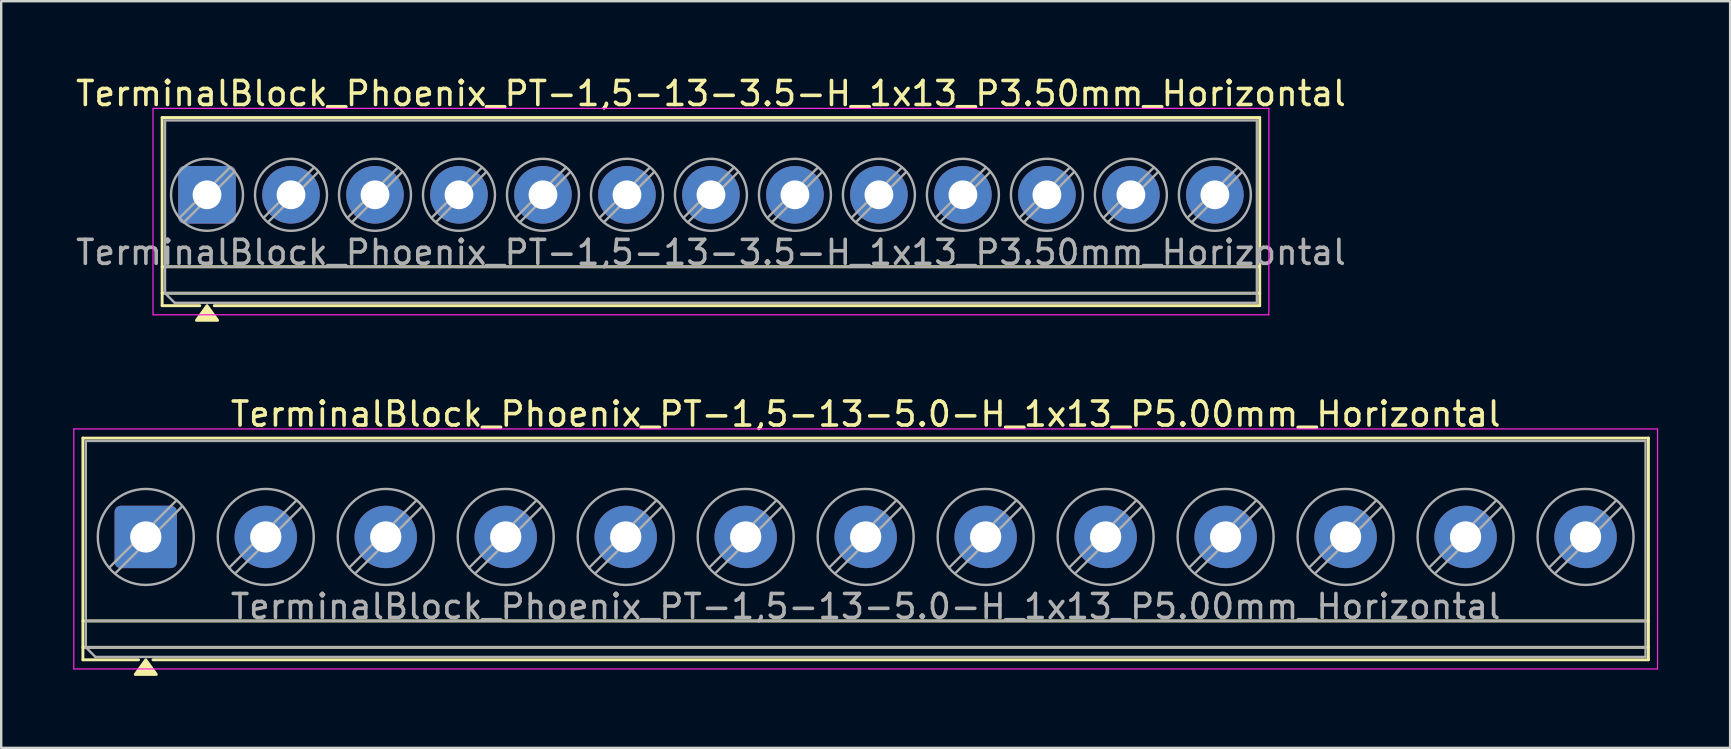
<source format=kicad_pcb>
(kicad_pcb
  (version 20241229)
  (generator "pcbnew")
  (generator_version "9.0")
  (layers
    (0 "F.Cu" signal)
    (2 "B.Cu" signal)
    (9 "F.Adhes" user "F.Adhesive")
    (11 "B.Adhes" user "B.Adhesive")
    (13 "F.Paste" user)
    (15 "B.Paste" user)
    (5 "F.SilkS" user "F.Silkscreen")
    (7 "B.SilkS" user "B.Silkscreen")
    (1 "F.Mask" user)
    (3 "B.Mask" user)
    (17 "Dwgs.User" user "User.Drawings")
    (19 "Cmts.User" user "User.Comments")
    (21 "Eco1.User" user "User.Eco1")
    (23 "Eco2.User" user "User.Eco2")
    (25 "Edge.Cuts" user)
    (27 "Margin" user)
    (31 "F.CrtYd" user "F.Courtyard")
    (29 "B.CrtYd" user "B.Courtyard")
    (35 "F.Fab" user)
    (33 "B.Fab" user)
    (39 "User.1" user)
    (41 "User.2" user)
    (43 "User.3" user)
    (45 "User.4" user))
  (footprint "TerminalBlock_Phoenix_PT-1,5-13-3.5-H_1x13_P3.50mm_Horizontal"
    (layer "F.Cu")
    (at 5.577 5.068)
    (property "Reference" "TerminalBlock_Phoenix_PT-1,5-13-3.5-H_1x13_P3.50mm_Horizontal" (at 21 -4.22 0) (layer "F.SilkS") (effects (font (size 1 1) (thickness 0.15))))
    (attr through_hole)
    (fp_line (start -1.87 -3.22) (end -1.87 4.62) (stroke (width 0.12) (type solid)) (layer "F.SilkS"))
    (fp_line (start -1.87 -3.22) (end 43.87 -3.22) (stroke (width 0.12) (type solid)) (layer "F.SilkS"))
    (fp_line (start -1.87 3) (end 43.87 3) (stroke (width 0.12) (type solid)) (layer "F.SilkS"))
    (fp_line (start -1.87 4.1) (end 43.87 4.1) (stroke (width 0.12) (type solid)) (layer "F.SilkS"))
    (fp_line (start -1.87 4.62) (end -0.3 4.62) (stroke (width 0.12) (type solid)) (layer "F.SilkS"))
    (fp_line (start 0.3 4.62) (end 43.87 4.62) (stroke (width 0.12) (type solid)) (layer "F.SilkS"))
    (fp_line (start 43.87 -3.22) (end 43.87 4.62) (stroke (width 0.12) (type solid)) (layer "F.SilkS"))
    (fp_poly (pts (xy 0 4.62) (xy 0.44 5.23) (xy -0.44 5.23)) (stroke (width 0.12) (type solid)) (fill yes) (layer "F.SilkS"))
    (fp_line (start -2.25 -3.6) (end -2.25 5) (stroke (width 0.05) (type solid)) (layer "F.CrtYd"))
    (fp_line (start -2.25 5) (end 44.25 5) (stroke (width 0.05) (type solid)) (layer "F.CrtYd"))
    (fp_line (start 44.25 -3.6) (end -2.25 -3.6) (stroke (width 0.05) (type solid)) (layer "F.CrtYd"))
    (fp_line (start 44.25 5) (end 44.25 -3.6) (stroke (width 0.05) (type solid)) (layer "F.CrtYd"))
    (fp_line (start -1.75 -3.1) (end 43.75 -3.1) (stroke (width 0.1) (type solid)) (layer "F.Fab"))
    (fp_line (start -1.75 3) (end 43.75 3) (stroke (width 0.1) (type solid)) (layer "F.Fab"))
    (fp_line (start -1.75 4.1) (end -1.75 -3.1) (stroke (width 0.1) (type solid)) (layer "F.Fab"))
    (fp_line (start -1.75 4.1) (end 43.75 4.1) (stroke (width 0.1) (type solid)) (layer "F.Fab"))
    (fp_line (start -1.35 4.5) (end -1.75 4.1) (stroke (width 0.1) (type solid)) (layer "F.Fab"))
    (fp_line (start 0.955 -1.138) (end -1.138 0.954) (stroke (width 0.1) (type solid)) (layer "F.Fab"))
    (fp_line (start 1.138 -0.954) (end -0.955 1.137) (stroke (width 0.1) (type solid)) (layer "F.Fab"))
    (fp_line (start 4.455 -1.138) (end 2.362 0.954) (stroke (width 0.1) (type solid)) (layer "F.Fab"))
    (fp_line (start 4.638 -0.954) (end 2.545 1.137) (stroke (width 0.1) (type solid)) (layer "F.Fab"))
    (fp_line (start 7.955 -1.138) (end 5.862 0.954) (stroke (width 0.1) (type solid)) (layer "F.Fab"))
    (fp_line (start 8.138 -0.954) (end 6.045 1.137) (stroke (width 0.1) (type solid)) (layer "F.Fab"))
    (fp_line (start 11.455 -1.138) (end 9.362 0.954) (stroke (width 0.1) (type solid)) (layer "F.Fab"))
    (fp_line (start 11.638 -0.954) (end 9.545 1.137) (stroke (width 0.1) (type solid)) (layer "F.Fab"))
    (fp_line (start 14.955 -1.138) (end 12.862 0.954) (stroke (width 0.1) (type solid)) (layer "F.Fab"))
    (fp_line (start 15.138 -0.954) (end 13.045 1.137) (stroke (width 0.1) (type solid)) (layer "F.Fab"))
    (fp_line (start 18.455 -1.138) (end 16.362 0.954) (stroke (width 0.1) (type solid)) (layer "F.Fab"))
    (fp_line (start 18.638 -0.954) (end 16.545 1.137) (stroke (width 0.1) (type solid)) (layer "F.Fab"))
    (fp_line (start 21.955 -1.138) (end 19.862 0.954) (stroke (width 0.1) (type solid)) (layer "F.Fab"))
    (fp_line (start 22.138 -0.954) (end 20.045 1.137) (stroke (width 0.1) (type solid)) (layer "F.Fab"))
    (fp_line (start 25.455 -1.138) (end 23.362 0.954) (stroke (width 0.1) (type solid)) (layer "F.Fab"))
    (fp_line (start 25.638 -0.954) (end 23.545 1.137) (stroke (width 0.1) (type solid)) (layer "F.Fab"))
    (fp_line (start 28.955 -1.138) (end 26.862 0.954) (stroke (width 0.1) (type solid)) (layer "F.Fab"))
    (fp_line (start 29.138 -0.954) (end 27.045 1.137) (stroke (width 0.1) (type solid)) (layer "F.Fab"))
    (fp_line (start 32.455 -1.138) (end 30.362 0.954) (stroke (width 0.1) (type solid)) (layer "F.Fab"))
    (fp_line (start 32.638 -0.954) (end 30.545 1.137) (stroke (width 0.1) (type solid)) (layer "F.Fab"))
    (fp_line (start 35.955 -1.138) (end 33.862 0.954) (stroke (width 0.1) (type solid)) (layer "F.Fab"))
    (fp_line (start 36.138 -0.954) (end 34.045 1.137) (stroke (width 0.1) (type solid)) (layer "F.Fab"))
    (fp_line (start 39.455 -1.138) (end 37.362 0.954) (stroke (width 0.1) (type solid)) (layer "F.Fab"))
    (fp_line (start 39.638 -0.954) (end 37.545 1.137) (stroke (width 0.1) (type solid)) (layer "F.Fab"))
    (fp_line (start 42.955 -1.138) (end 40.862 0.954) (stroke (width 0.1) (type solid)) (layer "F.Fab"))
    (fp_line (start 43.138 -0.954) (end 41.045 1.137) (stroke (width 0.1) (type solid)) (layer "F.Fab"))
    (fp_line (start 43.75 -3.1) (end 43.75 4.5) (stroke (width 0.1) (type solid)) (layer "F.Fab"))
    (fp_line (start 43.75 4.5) (end -1.35 4.5) (stroke (width 0.1) (type solid)) (layer "F.Fab"))
    (fp_circle (center 0 0) (end 1.5 0) (stroke (width 0.1) (type solid)) (fill no) (layer "F.Fab"))
    (fp_circle (center 3.5 0) (end 5 0) (stroke (width 0.1) (type solid)) (fill no) (layer "F.Fab"))
    (fp_circle (center 7 0) (end 8.5 0) (stroke (width 0.1) (type solid)) (fill no) (layer "F.Fab"))
    (fp_circle (center 10.5 0) (end 12 0) (stroke (width 0.1) (type solid)) (fill no) (layer "F.Fab"))
    (fp_circle (center 14 0) (end 15.5 0) (stroke (width 0.1) (type solid)) (fill no) (layer "F.Fab"))
    (fp_circle (center 17.5 0) (end 19 0) (stroke (width 0.1) (type solid)) (fill no) (layer "F.Fab"))
    (fp_circle (center 21 0) (end 22.5 0) (stroke (width 0.1) (type solid)) (fill no) (layer "F.Fab"))
    (fp_circle (center 24.5 0) (end 26 0) (stroke (width 0.1) (type solid)) (fill no) (layer "F.Fab"))
    (fp_circle (center 28 0) (end 29.5 0) (stroke (width 0.1) (type solid)) (fill no) (layer "F.Fab"))
    (fp_circle (center 31.5 0) (end 33 0) (stroke (width 0.1) (type solid)) (fill no) (layer "F.Fab"))
    (fp_circle (center 35 0) (end 36.5 0) (stroke (width 0.1) (type solid)) (fill no) (layer "F.Fab"))
    (fp_circle (center 38.5 0) (end 40 0) (stroke (width 0.1) (type solid)) (fill no) (layer "F.Fab"))
    (fp_circle (center 42 0) (end 43.5 0) (stroke (width 0.1) (type solid)) (fill no) (layer "F.Fab"))
    (fp_text user "${REFERENCE}" (at 21 2.4 0) (layer "F.Fab") (effects (font (size 1 1) (thickness 0.15))))
    (pad "1" thru_hole roundrect (at 0 0) (size 2.4 2.4) (drill 1.2) (layers "*.Cu" "*.Mask") (roundrect_rratio 0.104))
    (pad "2" thru_hole circle (at 3.5 0) (size 2.4 2.4) (drill 1.2) (layers "*.Cu" "*.Mask"))
    (pad "3" thru_hole circle (at 7 0) (size 2.4 2.4) (drill 1.2) (layers "*.Cu" "*.Mask"))
    (pad "4" thru_hole circle (at 10.5 0) (size 2.4 2.4) (drill 1.2) (layers "*.Cu" "*.Mask"))
    (pad "5" thru_hole circle (at 14 0) (size 2.4 2.4) (drill 1.2) (layers "*.Cu" "*.Mask"))
    (pad "6" thru_hole circle (at 17.5 0) (size 2.4 2.4) (drill 1.2) (layers "*.Cu" "*.Mask"))
    (pad "7" thru_hole circle (at 21 0) (size 2.4 2.4) (drill 1.2) (layers "*.Cu" "*.Mask"))
    (pad "8" thru_hole circle (at 24.5 0) (size 2.4 2.4) (drill 1.2) (layers "*.Cu" "*.Mask"))
    (pad "9" thru_hole circle (at 28 0) (size 2.4 2.4) (drill 1.2) (layers "*.Cu" "*.Mask"))
    (pad "10" thru_hole circle (at 31.5 0) (size 2.4 2.4) (drill 1.2) (layers "*.Cu" "*.Mask"))
    (pad "11" thru_hole circle (at 35 0) (size 2.4 2.4) (drill 1.2) (layers "*.Cu" "*.Mask"))
    (pad "12" thru_hole circle (at 38.5 0) (size 2.4 2.4) (drill 1.2) (layers "*.Cu" "*.Mask"))
    (pad "13" thru_hole circle (at 42 0) (size 2.4 2.4) (drill 1.2) (layers "*.Cu" "*.Mask")))
  (footprint "TerminalBlock_Phoenix_PT-1,5-13-5.0-H_1x13_P5.00mm_Horizontal"
    (layer "F.Cu")
    (at 3.025 19.326)
    (property "Reference" "TerminalBlock_Phoenix_PT-1,5-13-5.0-H_1x13_P5.00mm_Horizontal" (at 30 -5.12 0) (layer "F.SilkS") (effects (font (size 1 1) (thickness 0.15))))
    (attr through_hole)
    (fp_line (start -2.62 -4.12) (end -2.62 5.12) (stroke (width 0.12) (type solid)) (layer "F.SilkS"))
    (fp_line (start -2.62 -4.12) (end 62.62 -4.12) (stroke (width 0.12) (type solid)) (layer "F.SilkS"))
    (fp_line (start -2.62 3.5) (end 62.62 3.5) (stroke (width 0.12) (type solid)) (layer "F.SilkS"))
    (fp_line (start -2.62 4.6) (end 62.62 4.6) (stroke (width 0.12) (type solid)) (layer "F.SilkS"))
    (fp_line (start -2.62 5.12) (end -0.3 5.12) (stroke (width 0.12) (type solid)) (layer "F.SilkS"))
    (fp_line (start 0.3 5.12) (end 62.62 5.12) (stroke (width 0.12) (type solid)) (layer "F.SilkS"))
    (fp_line (start 62.62 -4.12) (end 62.62 5.12) (stroke (width 0.12) (type solid)) (layer "F.SilkS"))
    (fp_poly (pts (xy 0 5.12) (xy 0.44 5.73) (xy -0.44 5.73)) (stroke (width 0.12) (type solid)) (fill yes) (layer "F.SilkS"))
    (fp_line (start -3 -4.5) (end -3 5.5) (stroke (width 0.05) (type solid)) (layer "F.CrtYd"))
    (fp_line (start -3 5.5) (end 63 5.5) (stroke (width 0.05) (type solid)) (layer "F.CrtYd"))
    (fp_line (start 63 -4.5) (end -3 -4.5) (stroke (width 0.05) (type solid)) (layer "F.CrtYd"))
    (fp_line (start 63 5.5) (end 63 -4.5) (stroke (width 0.05) (type solid)) (layer "F.CrtYd"))
    (fp_line (start -2.5 -4) (end 62.5 -4) (stroke (width 0.1) (type solid)) (layer "F.Fab"))
    (fp_line (start -2.5 3.5) (end 62.5 3.5) (stroke (width 0.1) (type solid)) (layer "F.Fab"))
    (fp_line (start -2.5 4.6) (end -2.5 -4) (stroke (width 0.1) (type solid)) (layer "F.Fab"))
    (fp_line (start -2.5 4.6) (end 62.5 4.6) (stroke (width 0.1) (type solid)) (layer "F.Fab"))
    (fp_line (start -2.1 5) (end -2.5 4.6) (stroke (width 0.1) (type solid)) (layer "F.Fab"))
    (fp_line (start 1.273 -1.517) (end -1.517 1.272) (stroke (width 0.1) (type solid)) (layer "F.Fab"))
    (fp_line (start 1.517 -1.273) (end -1.273 1.517) (stroke (width 0.1) (type solid)) (layer "F.Fab"))
    (fp_line (start 6.273 -1.517) (end 3.483 1.272) (stroke (width 0.1) (type solid)) (layer "F.Fab"))
    (fp_line (start 6.517 -1.273) (end 3.727 1.517) (stroke (width 0.1) (type solid)) (layer "F.Fab"))
    (fp_line (start 11.273 -1.517) (end 8.483 1.272) (stroke (width 0.1) (type solid)) (layer "F.Fab"))
    (fp_line (start 11.517 -1.273) (end 8.727 1.517) (stroke (width 0.1) (type solid)) (layer "F.Fab"))
    (fp_line (start 16.273 -1.517) (end 13.483 1.272) (stroke (width 0.1) (type solid)) (layer "F.Fab"))
    (fp_line (start 16.517 -1.273) (end 13.727 1.517) (stroke (width 0.1) (type solid)) (layer "F.Fab"))
    (fp_line (start 21.273 -1.517) (end 18.483 1.272) (stroke (width 0.1) (type solid)) (layer "F.Fab"))
    (fp_line (start 21.517 -1.273) (end 18.727 1.517) (stroke (width 0.1) (type solid)) (layer "F.Fab"))
    (fp_line (start 26.273 -1.517) (end 23.483 1.272) (stroke (width 0.1) (type solid)) (layer "F.Fab"))
    (fp_line (start 26.517 -1.273) (end 23.727 1.517) (stroke (width 0.1) (type solid)) (layer "F.Fab"))
    (fp_line (start 31.273 -1.517) (end 28.483 1.272) (stroke (width 0.1) (type solid)) (layer "F.Fab"))
    (fp_line (start 31.517 -1.273) (end 28.727 1.517) (stroke (width 0.1) (type solid)) (layer "F.Fab"))
    (fp_line (start 36.273 -1.517) (end 33.483 1.272) (stroke (width 0.1) (type solid)) (layer "F.Fab"))
    (fp_line (start 36.517 -1.273) (end 33.727 1.517) (stroke (width 0.1) (type solid)) (layer "F.Fab"))
    (fp_line (start 41.273 -1.517) (end 38.483 1.272) (stroke (width 0.1) (type solid)) (layer "F.Fab"))
    (fp_line (start 41.517 -1.273) (end 38.727 1.517) (stroke (width 0.1) (type solid)) (layer "F.Fab"))
    (fp_line (start 46.273 -1.517) (end 43.483 1.272) (stroke (width 0.1) (type solid)) (layer "F.Fab"))
    (fp_line (start 46.517 -1.273) (end 43.727 1.517) (stroke (width 0.1) (type solid)) (layer "F.Fab"))
    (fp_line (start 51.273 -1.517) (end 48.483 1.272) (stroke (width 0.1) (type solid)) (layer "F.Fab"))
    (fp_line (start 51.517 -1.273) (end 48.727 1.517) (stroke (width 0.1) (type solid)) (layer "F.Fab"))
    (fp_line (start 56.273 -1.517) (end 53.483 1.272) (stroke (width 0.1) (type solid)) (layer "F.Fab"))
    (fp_line (start 56.517 -1.273) (end 53.727 1.517) (stroke (width 0.1) (type solid)) (layer "F.Fab"))
    (fp_line (start 61.273 -1.517) (end 58.483 1.272) (stroke (width 0.1) (type solid)) (layer "F.Fab"))
    (fp_line (start 61.517 -1.273) (end 58.727 1.517) (stroke (width 0.1) (type solid)) (layer "F.Fab"))
    (fp_line (start 62.5 -4) (end 62.5 5) (stroke (width 0.1) (type solid)) (layer "F.Fab"))
    (fp_line (start 62.5 5) (end -2.1 5) (stroke (width 0.1) (type solid)) (layer "F.Fab"))
    (fp_circle (center 0 0) (end 2 0) (stroke (width 0.1) (type solid)) (fill no) (layer "F.Fab"))
    (fp_circle (center 5 0) (end 7 0) (stroke (width 0.1) (type solid)) (fill no) (layer "F.Fab"))
    (fp_circle (center 10 0) (end 12 0) (stroke (width 0.1) (type solid)) (fill no) (layer "F.Fab"))
    (fp_circle (center 15 0) (end 17 0) (stroke (width 0.1) (type solid)) (fill no) (layer "F.Fab"))
    (fp_circle (center 20 0) (end 22 0) (stroke (width 0.1) (type solid)) (fill no) (layer "F.Fab"))
    (fp_circle (center 25 0) (end 27 0) (stroke (width 0.1) (type solid)) (fill no) (layer "F.Fab"))
    (fp_circle (center 30 0) (end 32 0) (stroke (width 0.1) (type solid)) (fill no) (layer "F.Fab"))
    (fp_circle (center 35 0) (end 37 0) (stroke (width 0.1) (type solid)) (fill no) (layer "F.Fab"))
    (fp_circle (center 40 0) (end 42 0) (stroke (width 0.1) (type solid)) (fill no) (layer "F.Fab"))
    (fp_circle (center 45 0) (end 47 0) (stroke (width 0.1) (type solid)) (fill no) (layer "F.Fab"))
    (fp_circle (center 50 0) (end 52 0) (stroke (width 0.1) (type solid)) (fill no) (layer "F.Fab"))
    (fp_circle (center 55 0) (end 57 0) (stroke (width 0.1) (type solid)) (fill no) (layer "F.Fab"))
    (fp_circle (center 60 0) (end 62 0) (stroke (width 0.1) (type solid)) (fill no) (layer "F.Fab"))
    (fp_text user "${REFERENCE}" (at 30 2.9 0) (layer "F.Fab") (effects (font (size 1 1) (thickness 0.15))))
    (pad "1" thru_hole roundrect (at 0 0) (size 2.6 2.6) (drill 1.3) (layers "*.Cu" "*.Mask") (roundrect_rratio 0.096))
    (pad "2" thru_hole circle (at 5 0) (size 2.6 2.6) (drill 1.3) (layers "*.Cu" "*.Mask"))
    (pad "3" thru_hole circle (at 10 0) (size 2.6 2.6) (drill 1.3) (layers "*.Cu" "*.Mask"))
    (pad "4" thru_hole circle (at 15 0) (size 2.6 2.6) (drill 1.3) (layers "*.Cu" "*.Mask"))
    (pad "5" thru_hole circle (at 20 0) (size 2.6 2.6) (drill 1.3) (layers "*.Cu" "*.Mask"))
    (pad "6" thru_hole circle (at 25 0) (size 2.6 2.6) (drill 1.3) (layers "*.Cu" "*.Mask"))
    (pad "7" thru_hole circle (at 30 0) (size 2.6 2.6) (drill 1.3) (layers "*.Cu" "*.Mask"))
    (pad "8" thru_hole circle (at 35 0) (size 2.6 2.6) (drill 1.3) (layers "*.Cu" "*.Mask"))
    (pad "9" thru_hole circle (at 40 0) (size 2.6 2.6) (drill 1.3) (layers "*.Cu" "*.Mask"))
    (pad "10" thru_hole circle (at 45 0) (size 2.6 2.6) (drill 1.3) (layers "*.Cu" "*.Mask"))
    (pad "11" thru_hole circle (at 50 0) (size 2.6 2.6) (drill 1.3) (layers "*.Cu" "*.Mask"))
    (pad "12" thru_hole circle (at 55 0) (size 2.6 2.6) (drill 1.3) (layers "*.Cu" "*.Mask"))
    (pad "13" thru_hole circle (at 60 0) (size 2.6 2.6) (drill 1.3) (layers "*.Cu" "*.Mask")))
  (gr_rect
    (start -3 -3)
    (end 69.05 28.116)
    (stroke (width 0.1) (type default))
    (fill no)
    (layer "Edge.Cuts")))
</source>
